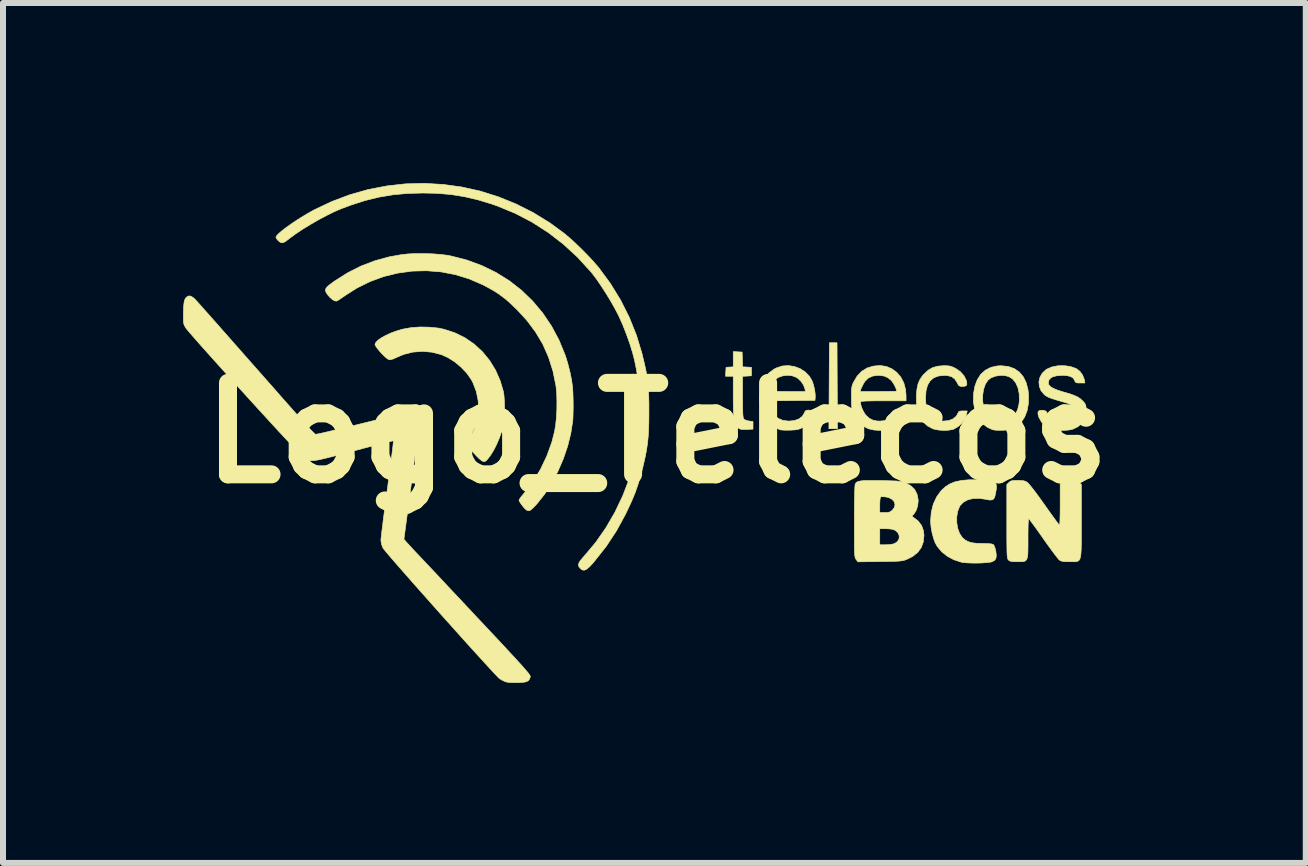
<source format=kicad_pcb>
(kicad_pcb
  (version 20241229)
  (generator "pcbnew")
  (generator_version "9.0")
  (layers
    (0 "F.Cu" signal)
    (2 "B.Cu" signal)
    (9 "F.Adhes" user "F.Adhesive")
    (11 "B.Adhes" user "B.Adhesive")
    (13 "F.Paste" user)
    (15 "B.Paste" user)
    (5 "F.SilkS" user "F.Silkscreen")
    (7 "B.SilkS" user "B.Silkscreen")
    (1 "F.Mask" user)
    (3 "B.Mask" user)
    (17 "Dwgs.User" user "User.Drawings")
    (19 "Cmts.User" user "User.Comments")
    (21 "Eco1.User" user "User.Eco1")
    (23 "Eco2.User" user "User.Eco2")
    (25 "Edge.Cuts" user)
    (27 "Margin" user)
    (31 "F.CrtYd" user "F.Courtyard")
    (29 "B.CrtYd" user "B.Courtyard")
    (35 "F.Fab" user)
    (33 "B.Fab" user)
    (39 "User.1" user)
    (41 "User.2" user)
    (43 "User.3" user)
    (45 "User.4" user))
  (footprint "Logo_Telecos"
    (layer "F.Cu")
    (at 7.897 4.164)
    (property "Reference" "Logo_Telecos" (at 0 0 0) (layer "F.SilkS") (effects (font (size 1.524 1.524) (thickness 0.3))))
    (attr through_hole)
    (fp_poly (pts (xy 3.006 -0.071) (xy 2.864 -0.071) (xy 2.872 -1.503) (xy 2.999 -1.503) (xy 3.006 -0.071)) (stroke (width 0.01) (type solid)) (fill yes) (layer "F.SilkS"))
    (fp_poly (pts (xy 1.418 -1.348) (xy 1.422 -1.225) (xy 1.426 -1.102) (xy 1.5 -1.098) (xy 1.573 -1.094) (xy 1.573 -0.953) (xy 1.499 -0.948) (xy 1.425 -0.944) (xy 1.425 -0.602) (xy 1.426 -0.485) (xy 1.427 -0.394) (xy 1.429 -0.325) (xy 1.433 -0.278) (xy 1.438 -0.248) (xy 1.443 -0.235) (xy 1.469 -0.217) (xy 1.512 -0.203) (xy 1.53 -0.2) (xy 1.599 -0.191) (xy 1.599 -0.064) (xy 1.493 -0.059) (xy 1.436 -0.058) (xy 1.4 -0.061) (xy 1.373 -0.07) (xy 1.349 -0.087) (xy 1.343 -0.092) (xy 1.31 -0.13) (xy 1.286 -0.175) (xy 1.285 -0.181) (xy 1.28 -0.21) (xy 1.277 -0.262) (xy 1.274 -0.335) (xy 1.272 -0.422) (xy 1.27 -0.521) (xy 1.27 -0.589) (xy 1.27 -0.945) (xy 1.142 -0.945) (xy 1.146 -1.02) (xy 1.15 -1.094) (xy 1.21 -1.098) (xy 1.27 -1.102) (xy 1.27 -1.356) (xy 1.418 -1.348)) (stroke (width 0.01) (type solid)) (fill yes) (layer "F.SilkS"))
    (fp_poly (pts (xy 5.852 -1.108) (xy 5.953 -1.072) (xy 6.037 -1.014) (xy 6.104 -0.934) (xy 6.152 -0.834) (xy 6.182 -0.714) (xy 6.191 -0.628) (xy 6.188 -0.492) (xy 6.166 -0.371) (xy 6.125 -0.265) (xy 6.067 -0.177) (xy 5.992 -0.11) (xy 5.902 -0.065) (xy 5.901 -0.064) (xy 5.85 -0.053) (xy 5.783 -0.046) (xy 5.71 -0.044) (xy 5.643 -0.046) (xy 5.592 -0.054) (xy 5.588 -0.056) (xy 5.509 -0.092) (xy 5.433 -0.148) (xy 5.369 -0.218) (xy 5.329 -0.284) (xy 5.29 -0.4) (xy 5.271 -0.528) (xy 5.273 -0.631) (xy 5.426 -0.631) (xy 5.426 -0.532) (xy 5.441 -0.436) (xy 5.472 -0.35) (xy 5.486 -0.325) (xy 5.534 -0.264) (xy 5.589 -0.224) (xy 5.658 -0.204) (xy 5.745 -0.201) (xy 5.803 -0.204) (xy 5.843 -0.211) (xy 5.873 -0.223) (xy 5.904 -0.245) (xy 5.908 -0.248) (xy 5.968 -0.311) (xy 6.008 -0.388) (xy 6.031 -0.482) (xy 6.037 -0.542) (xy 6.034 -0.656) (xy 6.013 -0.756) (xy 5.975 -0.839) (xy 5.922 -0.902) (xy 5.86 -0.94) (xy 5.789 -0.958) (xy 5.71 -0.959) (xy 5.631 -0.945) (xy 5.562 -0.917) (xy 5.514 -0.879) (xy 5.47 -0.812) (xy 5.441 -0.727) (xy 5.426 -0.631) (xy 5.273 -0.631) (xy 5.274 -0.658) (xy 5.297 -0.783) (xy 5.335 -0.885) (xy 5.394 -0.977) (xy 5.47 -1.046) (xy 5.562 -1.093) (xy 5.67 -1.117) (xy 5.736 -1.12) (xy 5.852 -1.108)) (stroke (width 0.01) (type solid)) (fill yes) (layer "F.SilkS"))
    (fp_poly (pts (xy 4.838 -1.12) (xy 4.882 -1.114) (xy 4.922 -1.101) (xy 4.968 -1.079) (xy 4.978 -1.074) (xy 5.055 -1.02) (xy 5.114 -0.954) (xy 5.151 -0.881) (xy 5.159 -0.853) (xy 5.162 -0.81) (xy 5.15 -0.787) (xy 5.117 -0.777) (xy 5.089 -0.776) (xy 5.052 -0.778) (xy 5.03 -0.789) (xy 5.012 -0.815) (xy 5.002 -0.836) (xy 4.963 -0.897) (xy 4.912 -0.936) (xy 4.843 -0.956) (xy 4.785 -0.959) (xy 4.688 -0.949) (xy 4.61 -0.919) (xy 4.55 -0.867) (xy 4.507 -0.795) (xy 4.482 -0.701) (xy 4.474 -0.585) (xy 4.476 -0.539) (xy 4.48 -0.472) (xy 4.488 -0.424) (xy 4.502 -0.383) (xy 4.524 -0.34) (xy 4.525 -0.338) (xy 4.576 -0.269) (xy 4.639 -0.224) (xy 4.717 -0.201) (xy 4.772 -0.198) (xy 4.861 -0.207) (xy 4.933 -0.235) (xy 4.986 -0.279) (xy 5.016 -0.335) (xy 5.026 -0.354) (xy 5.045 -0.364) (xy 5.082 -0.367) (xy 5.097 -0.367) (xy 5.168 -0.367) (xy 5.158 -0.314) (xy 5.131 -0.24) (xy 5.084 -0.169) (xy 5.021 -0.109) (xy 4.95 -0.067) (xy 4.927 -0.059) (xy 4.857 -0.046) (xy 4.774 -0.043) (xy 4.689 -0.049) (xy 4.615 -0.064) (xy 4.593 -0.071) (xy 4.503 -0.12) (xy 4.43 -0.191) (xy 4.375 -0.282) (xy 4.339 -0.391) (xy 4.322 -0.519) (xy 4.322 -0.63) (xy 4.331 -0.733) (xy 4.348 -0.815) (xy 4.376 -0.883) (xy 4.417 -0.945) (xy 4.446 -0.979) (xy 4.519 -1.047) (xy 4.596 -1.091) (xy 4.685 -1.114) (xy 4.777 -1.121) (xy 4.838 -1.12)) (stroke (width 0.01) (type solid)) (fill yes) (layer "F.SilkS"))
    (fp_poly (pts (xy -3.795 -1.763) (xy -3.644 -1.748) (xy -3.549 -1.728) (xy -3.368 -1.669) (xy -3.2 -1.586) (xy -3.046 -1.48) (xy -2.909 -1.354) (xy -2.79 -1.209) (xy -2.69 -1.046) (xy -2.612 -0.868) (xy -2.561 -0.694) (xy -2.551 -0.635) (xy -2.545 -0.556) (xy -2.541 -0.466) (xy -2.54 -0.371) (xy -2.543 -0.281) (xy -2.548 -0.203) (xy -2.555 -0.152) (xy -2.583 -0.041) (xy -2.623 0.075) (xy -2.671 0.188) (xy -2.724 0.292) (xy -2.78 0.382) (xy -2.835 0.45) (xy -2.839 0.454) (xy -2.862 0.472) (xy -2.886 0.477) (xy -2.914 0.467) (xy -2.95 0.44) (xy -2.997 0.395) (xy -3.04 0.349) (xy -3.1 0.282) (xy -3.14 0.23) (xy -3.159 0.195) (xy -3.161 0.186) (xy -3.154 0.159) (xy -3.135 0.116) (xy -3.109 0.067) (xy -3.104 0.059) (xy -3.036 -0.08) (xy -2.993 -0.229) (xy -2.974 -0.383) (xy -2.98 -0.539) (xy -3.011 -0.691) (xy -3.067 -0.837) (xy -3.094 -0.888) (xy -3.167 -0.993) (xy -3.261 -1.093) (xy -3.368 -1.183) (xy -3.483 -1.256) (xy -3.594 -1.306) (xy -3.752 -1.346) (xy -3.912 -1.36) (xy -4.071 -1.347) (xy -4.225 -1.308) (xy -4.335 -1.261) (xy -4.397 -1.233) (xy -4.441 -1.221) (xy -4.467 -1.222) (xy -4.494 -1.237) (xy -4.531 -1.268) (xy -4.574 -1.31) (xy -4.618 -1.357) (xy -4.656 -1.403) (xy -4.685 -1.444) (xy -4.699 -1.472) (xy -4.699 -1.476) (xy -4.686 -1.508) (xy -4.649 -1.546) (xy -4.593 -1.585) (xy -4.521 -1.625) (xy -4.437 -1.664) (xy -4.345 -1.698) (xy -4.249 -1.727) (xy -4.242 -1.729) (xy -4.104 -1.754) (xy -3.951 -1.766) (xy -3.795 -1.763)) (stroke (width 0.01) (type solid)) (fill yes) (layer "F.SilkS"))
    (fp_poly (pts (xy 5.383 0.781) (xy 5.466 0.786) (xy 5.526 0.79) (xy 5.568 0.797) (xy 5.596 0.805) (xy 5.616 0.816) (xy 5.616 0.816) (xy 5.64 0.837) (xy 5.652 0.86) (xy 5.656 0.893) (xy 5.652 0.942) (xy 5.644 0.989) (xy 5.63 1.055) (xy 5.612 1.096) (xy 5.583 1.115) (xy 5.539 1.117) (xy 5.476 1.106) (xy 5.475 1.105) (xy 5.366 1.089) (xy 5.266 1.092) (xy 5.177 1.114) (xy 5.105 1.153) (xy 5.051 1.208) (xy 5.042 1.223) (xy 5.01 1.304) (xy 4.994 1.397) (xy 4.994 1.493) (xy 5.009 1.587) (xy 5.04 1.672) (xy 5.084 1.739) (xy 5.091 1.747) (xy 5.137 1.785) (xy 5.188 1.812) (xy 5.251 1.83) (xy 5.331 1.839) (xy 5.427 1.841) (xy 5.511 1.843) (xy 5.569 1.848) (xy 5.601 1.857) (xy 5.605 1.86) (xy 5.619 1.882) (xy 5.634 1.924) (xy 5.645 1.97) (xy 5.653 2.039) (xy 5.647 2.088) (xy 5.625 2.122) (xy 5.585 2.144) (xy 5.582 2.146) (xy 5.542 2.155) (xy 5.48 2.161) (xy 5.405 2.166) (xy 5.322 2.168) (xy 5.238 2.167) (xy 5.162 2.164) (xy 5.099 2.158) (xy 5.071 2.153) (xy 4.948 2.113) (xy 4.838 2.055) (xy 4.744 1.98) (xy 4.67 1.892) (xy 4.634 1.829) (xy 4.607 1.754) (xy 4.583 1.663) (xy 4.566 1.568) (xy 4.558 1.48) (xy 4.558 1.463) (xy 4.57 1.317) (xy 4.604 1.183) (xy 4.66 1.063) (xy 4.735 0.96) (xy 4.741 0.954) (xy 4.808 0.893) (xy 4.884 0.846) (xy 4.971 0.812) (xy 5.074 0.791) (xy 5.195 0.78) (xy 5.338 0.78) (xy 5.383 0.781)) (stroke (width 0.01) (type solid)) (fill yes) (layer "F.SilkS"))
    (fp_poly (pts (xy 2.29 -1.107) (xy 2.386 -1.071) (xy 2.47 -1.016) (xy 2.54 -0.944) (xy 2.583 -0.87) (xy 2.605 -0.807) (xy 2.623 -0.734) (xy 2.634 -0.662) (xy 2.637 -0.602) (xy 2.636 -0.593) (xy 2.632 -0.543) (xy 1.877 -0.536) (xy 1.877 -0.493) (xy 1.887 -0.432) (xy 1.916 -0.363) (xy 1.957 -0.299) (xy 2.016 -0.245) (xy 2.093 -0.211) (xy 2.189 -0.198) (xy 2.198 -0.198) (xy 2.29 -0.207) (xy 2.366 -0.235) (xy 2.422 -0.279) (xy 2.457 -0.338) (xy 2.469 -0.365) (xy 2.488 -0.377) (xy 2.521 -0.381) (xy 2.535 -0.381) (xy 2.581 -0.376) (xy 2.604 -0.359) (xy 2.606 -0.326) (xy 2.597 -0.292) (xy 2.558 -0.214) (xy 2.498 -0.145) (xy 2.424 -0.091) (xy 2.384 -0.071) (xy 2.347 -0.059) (xy 2.304 -0.052) (xy 2.246 -0.048) (xy 2.215 -0.047) (xy 2.153 -0.046) (xy 2.097 -0.048) (xy 2.057 -0.052) (xy 2.046 -0.055) (xy 1.943 -0.102) (xy 1.858 -0.171) (xy 1.79 -0.258) (xy 1.743 -0.361) (xy 1.717 -0.478) (xy 1.712 -0.607) (xy 1.72 -0.687) (xy 1.725 -0.709) (xy 1.877 -0.709) (xy 1.883 -0.703) (xy 1.905 -0.698) (xy 1.944 -0.695) (xy 2.003 -0.693) (xy 2.086 -0.692) (xy 2.175 -0.691) (xy 2.473 -0.691) (xy 2.464 -0.737) (xy 2.441 -0.798) (xy 2.4 -0.859) (xy 2.347 -0.91) (xy 2.321 -0.927) (xy 2.251 -0.953) (xy 2.172 -0.961) (xy 2.092 -0.951) (xy 2.019 -0.925) (xy 1.962 -0.883) (xy 1.959 -0.88) (xy 1.938 -0.851) (xy 1.915 -0.808) (xy 1.894 -0.763) (xy 1.88 -0.725) (xy 1.877 -0.709) (xy 1.725 -0.709) (xy 1.749 -0.812) (xy 1.797 -0.915) (xy 1.863 -0.999) (xy 1.95 -1.064) (xy 1.99 -1.084) (xy 2.087 -1.116) (xy 2.189 -1.123) (xy 2.29 -1.107)) (stroke (width 0.01) (type solid)) (fill yes) (layer "F.SilkS"))
    (fp_poly (pts (xy 3.819 -1.109) (xy 3.913 -1.069) (xy 3.995 -1.009) (xy 4.062 -0.93) (xy 4.112 -0.834) (xy 4.141 -0.723) (xy 4.149 -0.625) (xy 4.149 -0.536) (xy 3.776 -0.536) (xy 3.653 -0.536) (xy 3.552 -0.534) (xy 3.475 -0.532) (xy 3.423 -0.528) (xy 3.396 -0.524) (xy 3.394 -0.522) (xy 3.391 -0.495) (xy 3.4 -0.453) (xy 3.418 -0.402) (xy 3.443 -0.352) (xy 3.47 -0.309) (xy 3.479 -0.297) (xy 3.536 -0.245) (xy 3.597 -0.214) (xy 3.67 -0.199) (xy 3.717 -0.198) (xy 3.813 -0.208) (xy 3.889 -0.237) (xy 3.946 -0.286) (xy 3.978 -0.342) (xy 3.993 -0.368) (xy 4.016 -0.379) (xy 4.046 -0.381) (xy 4.097 -0.377) (xy 4.123 -0.365) (xy 4.128 -0.338) (xy 4.116 -0.293) (xy 4.114 -0.287) (xy 4.075 -0.216) (xy 4.016 -0.15) (xy 3.947 -0.096) (xy 3.887 -0.067) (xy 3.806 -0.048) (xy 3.711 -0.043) (xy 3.615 -0.049) (xy 3.53 -0.068) (xy 3.515 -0.073) (xy 3.429 -0.12) (xy 3.354 -0.188) (xy 3.295 -0.272) (xy 3.273 -0.318) (xy 3.258 -0.358) (xy 3.249 -0.396) (xy 3.243 -0.44) (xy 3.24 -0.497) (xy 3.239 -0.575) (xy 3.239 -0.586) (xy 3.239 -0.663) (xy 3.24 -0.691) (xy 3.385 -0.691) (xy 3.689 -0.691) (xy 3.778 -0.692) (xy 3.857 -0.692) (xy 3.922 -0.693) (xy 3.968 -0.695) (xy 3.991 -0.696) (xy 3.993 -0.697) (xy 3.986 -0.729) (xy 3.967 -0.774) (xy 3.941 -0.822) (xy 3.914 -0.862) (xy 3.905 -0.873) (xy 3.847 -0.921) (xy 3.782 -0.949) (xy 3.702 -0.959) (xy 3.686 -0.96) (xy 3.596 -0.949) (xy 3.523 -0.917) (xy 3.466 -0.862) (xy 3.442 -0.825) (xy 3.419 -0.78) (xy 3.401 -0.741) (xy 3.394 -0.723) (xy 3.385 -0.691) (xy 3.24 -0.691) (xy 3.241 -0.719) (xy 3.245 -0.76) (xy 3.253 -0.793) (xy 3.265 -0.826) (xy 3.275 -0.847) (xy 3.336 -0.95) (xy 3.411 -1.028) (xy 3.501 -1.083) (xy 3.601 -1.114) (xy 3.714 -1.124) (xy 3.819 -1.109)) (stroke (width 0.01) (type solid)) (fill yes) (layer "F.SilkS"))
    (fp_poly (pts (xy 6.882 -1.109) (xy 6.975 -1.077) (xy 6.986 -1.072) (xy 7.044 -1.028) (xy 7.09 -0.966) (xy 7.118 -0.895) (xy 7.12 -0.885) (xy 7.129 -0.833) (xy 7.051 -0.833) (xy 7.006 -0.834) (xy 6.981 -0.839) (xy 6.967 -0.854) (xy 6.959 -0.874) (xy 6.934 -0.914) (xy 6.891 -0.941) (xy 6.827 -0.956) (xy 6.752 -0.96) (xy 6.658 -0.953) (xy 6.588 -0.934) (xy 6.544 -0.903) (xy 6.532 -0.884) (xy 6.52 -0.843) (xy 6.526 -0.807) (xy 6.552 -0.775) (xy 6.599 -0.745) (xy 6.67 -0.715) (xy 6.767 -0.684) (xy 6.8 -0.675) (xy 6.891 -0.648) (xy 6.961 -0.622) (xy 7.014 -0.597) (xy 7.057 -0.567) (xy 7.096 -0.531) (xy 7.097 -0.53) (xy 7.124 -0.499) (xy 7.14 -0.471) (xy 7.148 -0.434) (xy 7.152 -0.383) (xy 7.153 -0.322) (xy 7.147 -0.277) (xy 7.131 -0.236) (xy 7.128 -0.229) (xy 7.079 -0.161) (xy 7.01 -0.103) (xy 6.93 -0.064) (xy 6.93 -0.064) (xy 6.862 -0.049) (xy 6.778 -0.043) (xy 6.69 -0.046) (xy 6.608 -0.057) (xy 6.564 -0.069) (xy 6.478 -0.113) (xy 6.41 -0.176) (xy 6.364 -0.257) (xy 6.349 -0.306) (xy 6.347 -0.348) (xy 6.365 -0.371) (xy 6.405 -0.379) (xy 6.429 -0.378) (xy 6.465 -0.372) (xy 6.489 -0.354) (xy 6.511 -0.318) (xy 6.548 -0.263) (xy 6.593 -0.226) (xy 6.653 -0.205) (xy 6.732 -0.198) (xy 6.751 -0.198) (xy 6.839 -0.203) (xy 6.905 -0.219) (xy 6.953 -0.25) (xy 6.987 -0.295) (xy 6.989 -0.299) (xy 7.005 -0.35) (xy 6.996 -0.395) (xy 6.963 -0.434) (xy 6.904 -0.47) (xy 6.818 -0.502) (xy 6.795 -0.509) (xy 6.697 -0.537) (xy 6.622 -0.56) (xy 6.566 -0.578) (xy 6.525 -0.594) (xy 6.494 -0.61) (xy 6.47 -0.625) (xy 6.453 -0.639) (xy 6.399 -0.703) (xy 6.37 -0.776) (xy 6.363 -0.853) (xy 6.38 -0.928) (xy 6.419 -0.997) (xy 6.48 -1.054) (xy 6.492 -1.062) (xy 6.576 -1.099) (xy 6.674 -1.119) (xy 6.779 -1.122) (xy 6.882 -1.109)) (stroke (width 0.01) (type solid)) (fill yes) (layer "F.SilkS"))
    (fp_poly (pts (xy 6.952 0.791) (xy 6.988 0.796) (xy 7.013 0.806) (xy 7.035 0.824) (xy 7.07 0.859) (xy 7.07 1.465) (xy 7.07 1.621) (xy 7.07 1.752) (xy 7.069 1.859) (xy 7.067 1.945) (xy 7.063 2.011) (xy 7.056 2.062) (xy 7.046 2.098) (xy 7.031 2.122) (xy 7.012 2.136) (xy 6.987 2.143) (xy 6.957 2.146) (xy 6.919 2.145) (xy 6.877 2.145) (xy 6.809 2.144) (xy 6.763 2.14) (xy 6.731 2.132) (xy 6.707 2.12) (xy 6.705 2.118) (xy 6.687 2.099) (xy 6.656 2.061) (xy 6.614 2.006) (xy 6.563 1.937) (xy 6.505 1.858) (xy 6.444 1.772) (xy 6.435 1.758) (xy 6.375 1.673) (xy 6.32 1.596) (xy 6.272 1.53) (xy 6.233 1.478) (xy 6.206 1.442) (xy 6.192 1.426) (xy 6.191 1.426) (xy 6.188 1.439) (xy 6.186 1.477) (xy 6.183 1.535) (xy 6.182 1.609) (xy 6.181 1.697) (xy 6.181 1.757) (xy 6.181 1.872) (xy 6.18 1.961) (xy 6.177 2.029) (xy 6.17 2.077) (xy 6.158 2.11) (xy 6.139 2.13) (xy 6.112 2.141) (xy 6.077 2.144) (xy 6.03 2.145) (xy 6.004 2.145) (xy 5.943 2.144) (xy 5.902 2.14) (xy 5.876 2.132) (xy 5.857 2.118) (xy 5.856 2.117) (xy 5.849 2.109) (xy 5.844 2.099) (xy 5.839 2.084) (xy 5.836 2.062) (xy 5.833 2.03) (xy 5.831 1.986) (xy 5.83 1.926) (xy 5.829 1.849) (xy 5.828 1.751) (xy 5.828 1.631) (xy 5.828 1.485) (xy 5.828 0.859) (xy 5.863 0.825) (xy 5.883 0.807) (xy 5.907 0.797) (xy 5.941 0.792) (xy 5.993 0.79) (xy 6.009 0.79) (xy 6.07 0.792) (xy 6.113 0.797) (xy 6.145 0.809) (xy 6.168 0.822) (xy 6.191 0.844) (xy 6.228 0.888) (xy 6.278 0.951) (xy 6.338 1.031) (xy 6.407 1.127) (xy 6.456 1.195) (xy 6.517 1.282) (xy 6.573 1.36) (xy 6.622 1.427) (xy 6.661 1.481) (xy 6.69 1.518) (xy 6.705 1.536) (xy 6.706 1.537) (xy 6.709 1.524) (xy 6.712 1.486) (xy 6.714 1.428) (xy 6.716 1.353) (xy 6.717 1.265) (xy 6.717 1.193) (xy 6.717 0.849) (xy 6.754 0.819) (xy 6.781 0.803) (xy 6.814 0.794) (xy 6.863 0.791) (xy 6.896 0.79) (xy 6.952 0.791)) (stroke (width 0.01) (type solid)) (fill yes) (layer "F.SilkS"))
    (fp_poly (pts (xy -3.745 -2.985) (xy -3.612 -2.975) (xy -3.494 -2.961) (xy -3.437 -2.95) (xy -3.171 -2.882) (xy -2.919 -2.789) (xy -2.682 -2.674) (xy -2.461 -2.536) (xy -2.257 -2.377) (xy -2.071 -2.197) (xy -1.905 -1.999) (xy -1.758 -1.781) (xy -1.633 -1.547) (xy -1.53 -1.296) (xy -1.512 -1.242) (xy -1.477 -1.121) (xy -1.445 -0.992) (xy -1.421 -0.865) (xy -1.406 -0.752) (xy -1.406 -0.748) (xy -1.402 -0.681) (xy -1.399 -0.596) (xy -1.397 -0.502) (xy -1.397 -0.406) (xy -1.399 -0.317) (xy -1.401 -0.243) (xy -1.404 -0.205) (xy -1.436 0.005) (xy -1.489 0.219) (xy -1.562 0.433) (xy -1.652 0.641) (xy -1.756 0.838) (xy -1.873 1.02) (xy -2 1.18) (xy -2.03 1.213) (xy -2.076 1.259) (xy -2.109 1.286) (xy -2.136 1.296) (xy -2.161 1.291) (xy -2.176 1.283) (xy -2.2 1.263) (xy -2.23 1.229) (xy -2.26 1.19) (xy -2.285 1.153) (xy -2.299 1.126) (xy -2.3 1.121) (xy -2.291 1.102) (xy -2.268 1.069) (xy -2.234 1.026) (xy -2.217 1.006) (xy -2.07 0.815) (xy -1.942 0.606) (xy -1.836 0.383) (xy -1.752 0.151) (xy -1.707 -0.026) (xy -1.689 -0.13) (xy -1.677 -0.253) (xy -1.669 -0.387) (xy -1.668 -0.521) (xy -1.671 -0.649) (xy -1.681 -0.76) (xy -1.684 -0.786) (xy -1.734 -1.031) (xy -1.807 -1.261) (xy -1.902 -1.477) (xy -2.023 -1.681) (xy -2.169 -1.876) (xy -2.327 -2.048) (xy -2.431 -2.149) (xy -2.525 -2.232) (xy -2.618 -2.303) (xy -2.716 -2.367) (xy -2.826 -2.429) (xy -2.901 -2.468) (xy -3.127 -2.566) (xy -3.36 -2.638) (xy -3.598 -2.684) (xy -3.839 -2.703) (xy -4.079 -2.697) (xy -4.318 -2.664) (xy -4.553 -2.607) (xy -4.781 -2.523) (xy -5 -2.415) (xy -5.189 -2.295) (xy -5.243 -2.258) (xy -5.289 -2.226) (xy -5.323 -2.205) (xy -5.337 -2.198) (xy -5.367 -2.2) (xy -5.407 -2.222) (xy -5.451 -2.26) (xy -5.493 -2.309) (xy -5.493 -2.31) (xy -5.516 -2.346) (xy -5.525 -2.377) (xy -5.518 -2.406) (xy -5.493 -2.438) (xy -5.449 -2.475) (xy -5.383 -2.523) (xy -5.374 -2.53) (xy -5.154 -2.669) (xy -4.932 -2.781) (xy -4.702 -2.869) (xy -4.461 -2.935) (xy -4.259 -2.971) (xy -4.15 -2.983) (xy -4.022 -2.989) (xy -3.884 -2.989) (xy -3.745 -2.985)) (stroke (width 0.01) (type solid)) (fill yes) (layer "F.SilkS"))
    (fp_poly (pts (xy 3.714 0.793) (xy 3.728 0.793) (xy 3.835 0.795) (xy 3.918 0.798) (xy 3.981 0.8) (xy 4.029 0.804) (xy 4.066 0.809) (xy 4.096 0.816) (xy 4.124 0.825) (xy 4.135 0.83) (xy 4.225 0.877) (xy 4.29 0.938) (xy 4.331 1.015) (xy 4.35 1.107) (xy 4.351 1.137) (xy 4.343 1.212) (xy 4.321 1.283) (xy 4.288 1.341) (xy 4.264 1.367) (xy 4.248 1.383) (xy 4.256 1.395) (xy 4.267 1.402) (xy 4.35 1.466) (xy 4.408 1.542) (xy 4.44 1.631) (xy 4.448 1.705) (xy 4.437 1.814) (xy 4.403 1.908) (xy 4.344 1.989) (xy 4.261 2.056) (xy 4.172 2.101) (xy 4.145 2.112) (xy 4.12 2.121) (xy 4.093 2.127) (xy 4.059 2.132) (xy 4.017 2.136) (xy 3.96 2.138) (xy 3.885 2.14) (xy 3.789 2.141) (xy 3.717 2.142) (xy 3.348 2.147) (xy 3.318 2.109) (xy 3.311 2.099) (xy 3.305 2.087) (xy 3.3 2.072) (xy 3.296 2.05) (xy 3.293 2.019) (xy 3.291 1.975) (xy 3.289 1.917) (xy 3.289 1.841) (xy 3.288 1.745) (xy 3.288 1.627) (xy 3.288 1.595) (xy 3.711 1.595) (xy 3.711 1.863) (xy 3.81 1.863) (xy 3.869 1.86) (xy 3.923 1.852) (xy 3.957 1.843) (xy 4.005 1.81) (xy 4.032 1.765) (xy 4.036 1.715) (xy 4.015 1.665) (xy 4 1.648) (xy 3.966 1.621) (xy 3.923 1.605) (xy 3.863 1.597) (xy 3.794 1.595) (xy 3.711 1.595) (xy 3.288 1.595) (xy 3.288 1.483) (xy 3.288 1.481) (xy 3.288 1.353) (xy 3.289 1.234) (xy 3.289 1.2) (xy 3.711 1.2) (xy 3.711 1.326) (xy 3.794 1.326) (xy 3.845 1.324) (xy 3.879 1.316) (xy 3.907 1.298) (xy 3.921 1.286) (xy 3.956 1.238) (xy 3.965 1.19) (xy 3.951 1.144) (xy 3.915 1.105) (xy 3.859 1.076) (xy 3.813 1.066) (xy 3.769 1.062) (xy 3.736 1.062) (xy 3.726 1.065) (xy 3.719 1.083) (xy 3.714 1.123) (xy 3.711 1.179) (xy 3.711 1.2) (xy 3.289 1.2) (xy 3.29 1.125) (xy 3.292 1.03) (xy 3.294 0.953) (xy 3.297 0.896) (xy 3.3 0.863) (xy 3.301 0.857) (xy 3.311 0.836) (xy 3.327 0.82) (xy 3.351 0.808) (xy 3.388 0.8) (xy 3.439 0.794) (xy 3.508 0.792) (xy 3.599 0.792) (xy 3.714 0.793)) (stroke (width 0.01) (type solid)) (fill yes) (layer "F.SilkS"))
    (fp_poly (pts (xy -3.563 -4.141) (xy -3.252 -4.098) (xy -2.945 -4.03) (xy -2.644 -3.935) (xy -2.35 -3.816) (xy -2.064 -3.672) (xy -1.789 -3.503) (xy -1.543 -3.323) (xy -1.456 -3.249) (xy -1.357 -3.159) (xy -1.254 -3.06) (xy -1.153 -2.957) (xy -1.06 -2.857) (xy -0.981 -2.766) (xy -0.969 -2.751) (xy -0.777 -2.491) (xy -0.608 -2.216) (xy -0.463 -1.928) (xy -0.343 -1.629) (xy -0.25 -1.322) (xy -0.241 -1.284) (xy -0.21 -1.155) (xy -0.185 -1.041) (xy -0.167 -0.937) (xy -0.153 -0.836) (xy -0.144 -0.732) (xy -0.138 -0.619) (xy -0.135 -0.489) (xy -0.135 -0.346) (xy -0.136 -0.191) (xy -0.14 -0.058) (xy -0.147 0.059) (xy -0.158 0.169) (xy -0.174 0.277) (xy -0.195 0.389) (xy -0.223 0.513) (xy -0.239 0.582) (xy -0.277 0.728) (xy -0.318 0.862) (xy -0.363 0.991) (xy -0.417 1.123) (xy -0.483 1.266) (xy -0.522 1.348) (xy -0.673 1.626) (xy -0.846 1.889) (xy -1.043 2.138) (xy -1.076 2.177) (xy -1.132 2.236) (xy -1.176 2.272) (xy -1.213 2.287) (xy -1.245 2.282) (xy -1.277 2.259) (xy -1.282 2.253) (xy -1.303 2.225) (xy -1.31 2.197) (xy -1.301 2.164) (xy -1.275 2.123) (xy -1.23 2.07) (xy -1.206 2.043) (xy -1.021 1.822) (xy -0.852 1.58) (xy -0.701 1.319) (xy -0.57 1.044) (xy -0.46 0.757) (xy -0.435 0.679) (xy -0.365 0.413) (xy -0.317 0.134) (xy -0.29 -0.155) (xy -0.284 -0.449) (xy -0.3 -0.742) (xy -0.338 -1.03) (xy -0.375 -1.214) (xy -0.409 -1.344) (xy -0.454 -1.489) (xy -0.508 -1.64) (xy -0.566 -1.789) (xy -0.626 -1.925) (xy -0.65 -1.975) (xy -0.709 -2.087) (xy -0.778 -2.208) (xy -0.854 -2.332) (xy -0.931 -2.451) (xy -1.006 -2.561) (xy -1.076 -2.653) (xy -1.102 -2.685) (xy -1.324 -2.928) (xy -1.562 -3.147) (xy -1.814 -3.341) (xy -2.081 -3.512) (xy -2.362 -3.659) (xy -2.658 -3.781) (xy -2.752 -3.814) (xy -2.985 -3.885) (xy -3.209 -3.937) (xy -3.434 -3.973) (xy -3.667 -3.993) (xy -3.902 -3.998) (xy -4.157 -3.991) (xy -4.398 -3.969) (xy -4.631 -3.93) (xy -4.864 -3.873) (xy -5.103 -3.796) (xy -5.263 -3.736) (xy -5.375 -3.688) (xy -5.501 -3.626) (xy -5.635 -3.555) (xy -5.77 -3.477) (xy -5.901 -3.397) (xy -6.02 -3.318) (xy -6.121 -3.244) (xy -6.145 -3.225) (xy -6.196 -3.187) (xy -6.234 -3.169) (xy -6.266 -3.171) (xy -6.297 -3.191) (xy -6.308 -3.201) (xy -6.334 -3.231) (xy -6.349 -3.256) (xy -6.35 -3.261) (xy -6.338 -3.285) (xy -6.305 -3.321) (xy -6.253 -3.366) (xy -6.186 -3.418) (xy -6.107 -3.475) (xy -6.019 -3.534) (xy -5.925 -3.594) (xy -5.829 -3.652) (xy -5.732 -3.707) (xy -5.713 -3.717) (xy -5.42 -3.856) (xy -5.12 -3.969) (xy -4.814 -4.056) (xy -4.503 -4.116) (xy -4.19 -4.151) (xy -3.876 -4.159) (xy -3.563 -4.141)) (stroke (width 0.01) (type solid)) (fill yes) (layer "F.SilkS"))
    (fp_poly (pts (xy -7.762 -2.278) (xy -7.72 -2.249) (xy -7.689 -2.219) (xy -7.669 -2.197) (xy -7.632 -2.156) (xy -7.58 -2.097) (xy -7.514 -2.023) (xy -7.437 -1.936) (xy -7.349 -1.837) (xy -7.254 -1.729) (xy -7.152 -1.614) (xy -7.045 -1.492) (xy -6.998 -1.439) (xy -6.817 -1.233) (xy -6.653 -1.048) (xy -6.506 -0.881) (xy -6.375 -0.733) (xy -6.26 -0.601) (xy -6.158 -0.486) (xy -6.069 -0.385) (xy -5.992 -0.299) (xy -5.926 -0.225) (xy -5.871 -0.163) (xy -5.825 -0.113) (xy -5.787 -0.072) (xy -5.757 -0.04) (xy -5.733 -0.016) (xy -5.715 0.001) (xy -5.701 0.013) (xy -5.691 0.02) (xy -5.684 0.023) (xy -5.678 0.023) (xy -5.673 0.021) (xy -5.669 0.019) (xy -5.663 0.018) (xy -5.66 0.017) (xy -5.637 0.013) (xy -5.589 0.003) (xy -5.519 -0.013) (xy -5.43 -0.034) (xy -5.325 -0.059) (xy -5.205 -0.087) (xy -5.074 -0.119) (xy -4.935 -0.153) (xy -4.847 -0.175) (xy -4.683 -0.215) (xy -4.545 -0.249) (xy -4.429 -0.277) (xy -4.334 -0.3) (xy -4.257 -0.318) (xy -4.197 -0.331) (xy -4.15 -0.341) (xy -4.115 -0.346) (xy -4.09 -0.349) (xy -4.072 -0.349) (xy -4.059 -0.347) (xy -4.049 -0.343) (xy -4.044 -0.34) (xy -4.006 -0.312) (xy -3.977 -0.282) (xy -3.968 -0.269) (xy -3.962 -0.254) (xy -3.959 -0.234) (xy -3.96 -0.204) (xy -3.964 -0.16) (xy -3.972 -0.097) (xy -3.984 -0.011) (xy -3.985 0) (xy -3.997 0.086) (xy -4.008 0.168) (xy -4.017 0.239) (xy -4.024 0.293) (xy -4.027 0.318) (xy -4.031 0.352) (xy -4.035 0.387) (xy -4.039 0.426) (xy -4.045 0.472) (xy -4.052 0.527) (xy -4.06 0.594) (xy -4.071 0.676) (xy -4.084 0.775) (xy -4.1 0.895) (xy -4.119 1.038) (xy -4.135 1.157) (xy -4.217 1.77) (xy -4.174 1.82) (xy -4.15 1.846) (xy -4.111 1.888) (xy -4.061 1.943) (xy -4.003 2.005) (xy -3.944 2.067) (xy -3.905 2.108) (xy -3.849 2.168) (xy -3.777 2.244) (xy -3.691 2.335) (xy -3.594 2.439) (xy -3.486 2.554) (xy -3.371 2.677) (xy -3.248 2.807) (xy -3.122 2.942) (xy -2.993 3.08) (xy -2.93 3.146) (xy -2.784 3.302) (xy -2.655 3.439) (xy -2.544 3.558) (xy -2.449 3.661) (xy -2.368 3.748) (xy -2.301 3.822) (xy -2.246 3.882) (xy -2.203 3.932) (xy -2.169 3.971) (xy -2.144 4.001) (xy -2.128 4.024) (xy -2.117 4.041) (xy -2.112 4.053) (xy -2.111 4.062) (xy -2.112 4.063) (xy -2.124 4.101) (xy -2.144 4.127) (xy -2.176 4.144) (xy -2.224 4.154) (xy -2.295 4.158) (xy -2.325 4.159) (xy -2.42 4.159) (xy -2.491 4.153) (xy -2.528 4.144) (xy -2.575 4.122) (xy -2.622 4.094) (xy -2.624 4.093) (xy -2.643 4.076) (xy -2.678 4.039) (xy -2.729 3.985) (xy -2.794 3.915) (xy -2.871 3.831) (xy -2.958 3.735) (xy -3.055 3.629) (xy -3.16 3.513) (xy -3.27 3.391) (xy -3.384 3.263) (xy -3.502 3.132) (xy -3.621 2.999) (xy -3.739 2.866) (xy -3.855 2.735) (xy -3.968 2.608) (xy -4.076 2.486) (xy -4.177 2.371) (xy -4.27 2.265) (xy -4.353 2.17) (xy -4.425 2.087) (xy -4.484 2.018) (xy -4.528 1.965) (xy -4.556 1.93) (xy -4.566 1.916) (xy -4.59 1.854) (xy -4.6 1.794) (xy -4.6 1.789) (xy -4.599 1.764) (xy -4.593 1.714) (xy -4.585 1.641) (xy -4.573 1.549) (xy -4.56 1.439) (xy -4.544 1.316) (xy -4.526 1.18) (xy -4.507 1.036) (xy -4.493 0.934) (xy -4.474 0.787) (xy -4.455 0.649) (xy -4.439 0.523) (xy -4.424 0.409) (xy -4.412 0.312) (xy -4.402 0.233) (xy -4.396 0.175) (xy -4.392 0.141) (xy -4.392 0.133) (xy -4.397 0.132) (xy -4.41 0.134) (xy -4.433 0.139) (xy -4.467 0.147) (xy -4.515 0.158) (xy -4.578 0.174) (xy -4.659 0.195) (xy -4.758 0.221) (xy -4.878 0.252) (xy -5.02 0.29) (xy -5.187 0.334) (xy -5.292 0.362) (xy -5.422 0.396) (xy -5.528 0.422) (xy -5.613 0.442) (xy -5.681 0.455) (xy -5.734 0.461) (xy -5.776 0.461) (xy -5.811 0.455) (xy -5.84 0.444) (xy -5.868 0.427) (xy -5.878 0.42) (xy -5.898 0.403) (xy -5.934 0.366) (xy -5.986 0.312) (xy -6.052 0.242) (xy -6.13 0.158) (xy -6.22 0.062) (xy -6.318 -0.044) (xy -6.424 -0.159) (xy -6.536 -0.282) (xy -6.653 -0.409) (xy -6.772 -0.54) (xy -6.892 -0.672) (xy -7.013 -0.805) (xy -7.131 -0.935) (xy -7.246 -1.063) (xy -7.355 -1.184) (xy -7.458 -1.299) (xy -7.553 -1.405) (xy -7.637 -1.5) (xy -7.71 -1.583) (xy -7.77 -1.652) (xy -7.816 -1.705) (xy -7.845 -1.741) (xy -7.855 -1.756) (xy -7.872 -1.786) (xy -7.883 -1.813) (xy -7.889 -1.842) (xy -7.892 -1.88) (xy -7.892 -1.933) (xy -7.891 -2.008) (xy -7.891 -2.009) (xy -7.888 -2.097) (xy -7.882 -2.161) (xy -7.874 -2.206) (xy -7.86 -2.238) (xy -7.841 -2.261) (xy -7.833 -2.268) (xy -7.799 -2.284) (xy -7.762 -2.278)) (stroke (width 0.01) (type solid)) (fill yes) (layer "F.SilkS")))
  (gr_rect
    (start -3 -3)
    (end 18.706 11.328)
    (stroke (width 0.1) (type default))
    (fill no)
    (layer "Edge.Cuts")))
</source>
